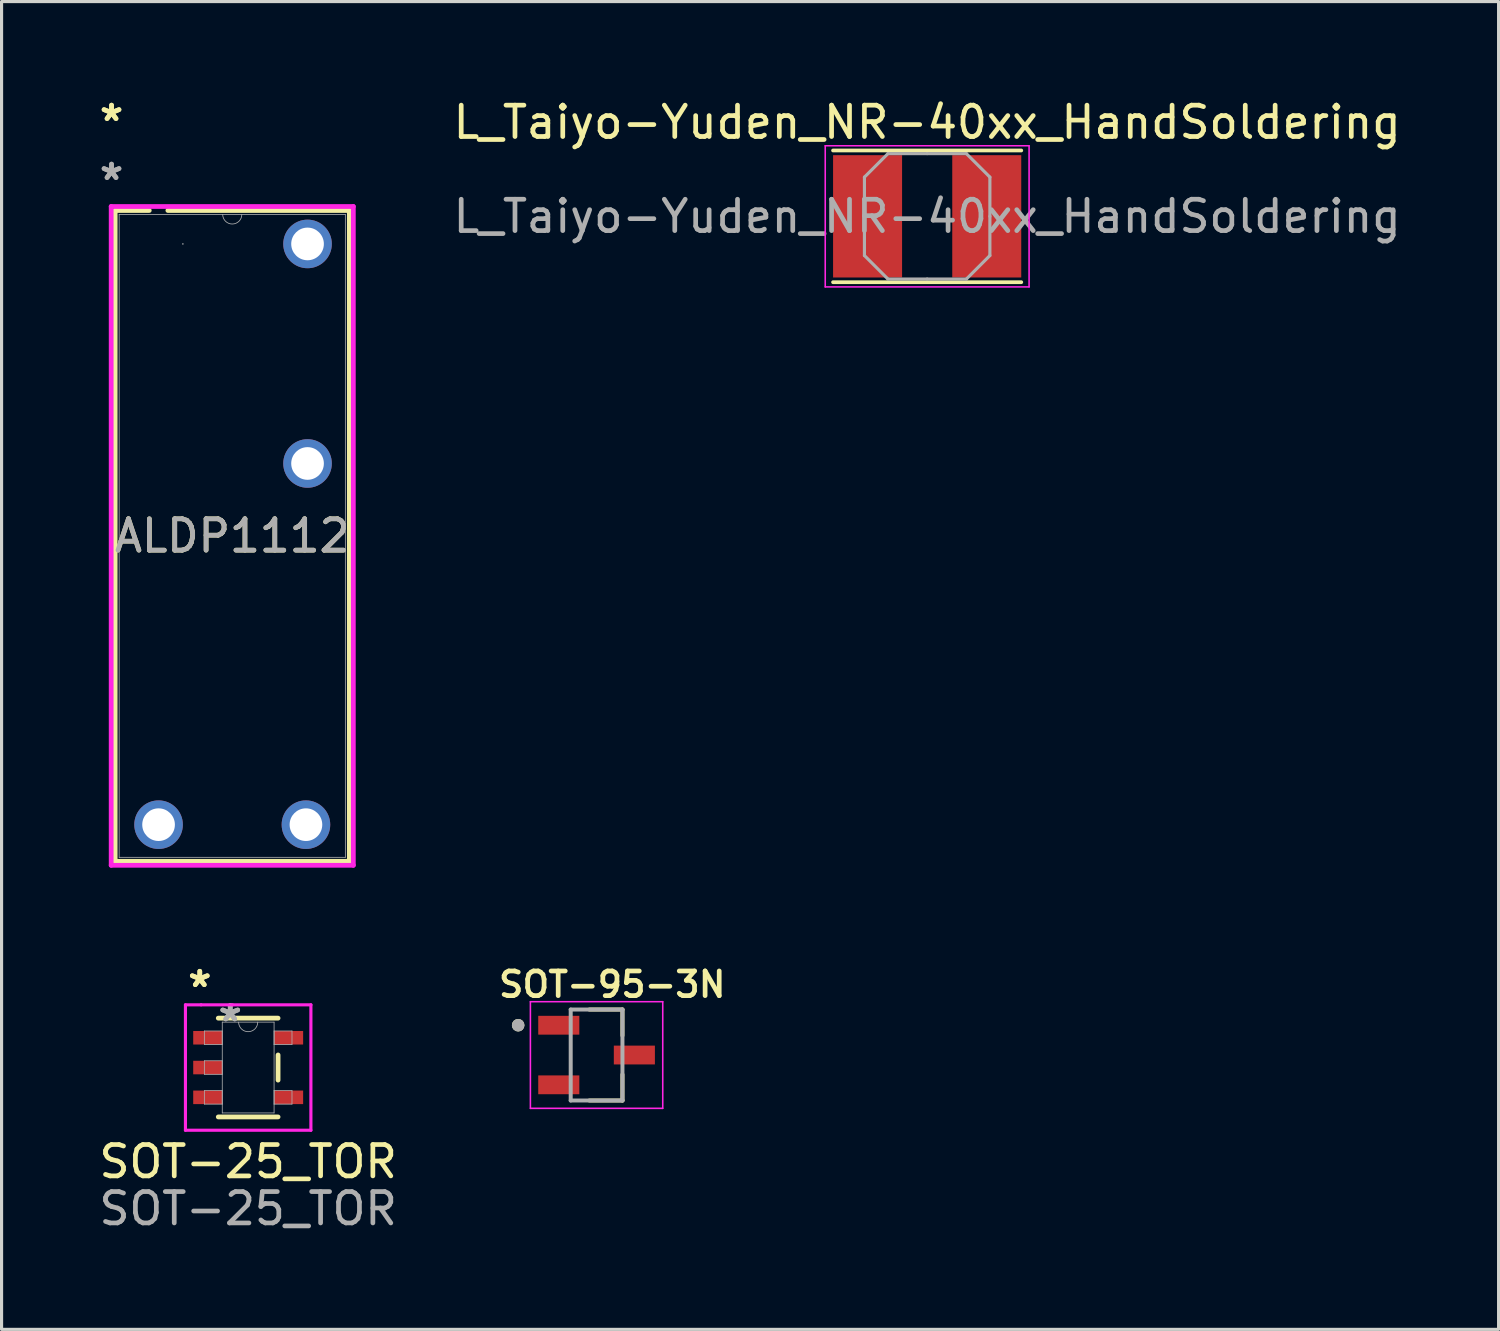
<source format=kicad_pcb>
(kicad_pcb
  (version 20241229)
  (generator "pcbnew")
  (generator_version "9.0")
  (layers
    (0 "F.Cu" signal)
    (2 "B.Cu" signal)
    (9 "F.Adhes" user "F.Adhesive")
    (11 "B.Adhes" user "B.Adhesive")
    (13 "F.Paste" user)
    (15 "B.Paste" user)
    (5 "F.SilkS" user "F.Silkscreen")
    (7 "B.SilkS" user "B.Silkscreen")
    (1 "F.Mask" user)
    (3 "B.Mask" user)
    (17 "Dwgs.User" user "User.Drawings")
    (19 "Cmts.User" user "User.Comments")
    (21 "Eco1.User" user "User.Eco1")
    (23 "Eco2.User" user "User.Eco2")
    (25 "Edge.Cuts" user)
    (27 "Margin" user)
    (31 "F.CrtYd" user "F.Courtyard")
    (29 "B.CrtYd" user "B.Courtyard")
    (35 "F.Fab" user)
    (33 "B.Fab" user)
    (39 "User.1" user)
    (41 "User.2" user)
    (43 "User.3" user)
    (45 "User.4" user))
  (footprint "SOT-95-3N"
    (layer "F.Cu")
    (at 15.972 30.59)
    (property "Reference" "SOT-95-3N" (at 0.5 -2.25 0) (layer "F.SilkS") (effects (font (size 0.787 0.787) (thickness 0.15))))
    (attr smd)
    (fp_line (start -0.23 -1.45) (end 0.825 -1.45) (stroke (width 0.127) (type solid)) (layer "F.SilkS"))
    (fp_line (start 0.825 -1.45) (end 0.825 -0.62) (stroke (width 0.127) (type solid)) (layer "F.SilkS"))
    (fp_line (start 0.825 1.45) (end -0.23 1.45) (stroke (width 0.127) (type solid)) (layer "F.SilkS"))
    (fp_line (start 0.825 1.45) (end 0.825 0.62) (stroke (width 0.127) (type solid)) (layer "F.SilkS"))
    (fp_circle (center -2.5 -0.95) (end -2.4 -0.95) (stroke (width 0.2) (type solid)) (fill no) (layer "F.SilkS"))
    (fp_line (start -2.11 -1.7) (end -2.11 1.7) (stroke (width 0.05) (type solid)) (layer "F.CrtYd"))
    (fp_line (start -2.11 1.7) (end 2.11 1.7) (stroke (width 0.05) (type solid)) (layer "F.CrtYd"))
    (fp_line (start 2.11 -1.7) (end -2.11 -1.7) (stroke (width 0.05) (type solid)) (layer "F.CrtYd"))
    (fp_line (start 2.11 1.7) (end 2.11 -1.7) (stroke (width 0.05) (type solid)) (layer "F.CrtYd"))
    (fp_line (start -0.825 -1.45) (end 0.825 -1.45) (stroke (width 0.127) (type solid)) (layer "F.Fab"))
    (fp_line (start -0.825 1.45) (end -0.825 -1.45) (stroke (width 0.127) (type solid)) (layer "F.Fab"))
    (fp_line (start 0.825 -1.45) (end 0.825 1.45) (stroke (width 0.127) (type solid)) (layer "F.Fab"))
    (fp_line (start 0.825 1.45) (end -0.825 1.45) (stroke (width 0.127) (type solid)) (layer "F.Fab"))
    (fp_circle (center -2.5 -0.95) (end -2.4 -0.95) (stroke (width 0.2) (type solid)) (fill no) (layer "F.Fab"))
    (pad "1" smd rect (at -1.205 -0.95) (size 1.31 0.6) (layers "F.Cu" "F.Mask" "F.Paste"))
    (pad "2" smd rect (at -1.205 0.95) (size 1.31 0.6) (layers "F.Cu" "F.Mask" "F.Paste"))
    (pad "3" smd rect (at 1.205 0) (size 1.31 0.6) (layers "F.Cu" "F.Mask" "F.Paste")))
  (footprint "SOT-25_TOR"
    (layer "F.Cu")
    (at 4.863 30.989)
    (property "Reference" "SOT-25_TOR" (at 0 3 0) (unlocked yes) (layer "F.SilkS") (effects (font (size 1 1) (thickness 0.15))))
    (attr smd)
    (fp_line (start -0.953 1.575) (end 0.953 1.575) (stroke (width 0.152) (type solid)) (layer "F.SilkS"))
    (fp_line (start 0.953 -1.575) (end -0.953 -1.575) (stroke (width 0.152) (type solid)) (layer "F.SilkS"))
    (fp_line (start 0.953 0.401) (end 0.953 -0.401) (stroke (width 0.152) (type solid)) (layer "F.SilkS"))
    (fp_line (start -2 -2) (end -1.5 -2) (stroke (width 0.1) (type default)) (layer "F.CrtYd"))
    (fp_line (start -2 2) (end -2 -2) (stroke (width 0.1) (type default)) (layer "F.CrtYd"))
    (fp_line (start -1.5 -2) (end -0.5 -2) (stroke (width 0.1) (type default)) (layer "F.CrtYd"))
    (fp_line (start -0.5 -2) (end 2 -2) (stroke (width 0.1) (type default)) (layer "F.CrtYd"))
    (fp_line (start 2 -2) (end 2 2) (stroke (width 0.1) (type default)) (layer "F.CrtYd"))
    (fp_line (start 2 2) (end -2 2) (stroke (width 0.1) (type default)) (layer "F.CrtYd"))
    (fp_line (start -1.397 -1.166) (end -1.397 -0.734) (stroke (width 0.025) (type solid)) (layer "F.Fab"))
    (fp_line (start -1.397 -0.734) (end -0.826 -0.734) (stroke (width 0.025) (type solid)) (layer "F.Fab"))
    (fp_line (start -1.397 -0.216) (end -1.397 0.216) (stroke (width 0.025) (type solid)) (layer "F.Fab"))
    (fp_line (start -1.397 0.216) (end -0.826 0.216) (stroke (width 0.025) (type solid)) (layer "F.Fab"))
    (fp_line (start -1.397 0.734) (end -1.397 1.166) (stroke (width 0.025) (type solid)) (layer "F.Fab"))
    (fp_line (start -1.397 1.166) (end -0.826 1.166) (stroke (width 0.025) (type solid)) (layer "F.Fab"))
    (fp_line (start -0.826 -1.448) (end -0.826 1.448) (stroke (width 0.025) (type solid)) (layer "F.Fab"))
    (fp_line (start -0.826 -1.166) (end -1.397 -1.166) (stroke (width 0.025) (type solid)) (layer "F.Fab"))
    (fp_line (start -0.826 -0.734) (end -0.826 -1.166) (stroke (width 0.025) (type solid)) (layer "F.Fab"))
    (fp_line (start -0.826 -0.216) (end -1.397 -0.216) (stroke (width 0.025) (type solid)) (layer "F.Fab"))
    (fp_line (start -0.826 0.216) (end -0.826 -0.216) (stroke (width 0.025) (type solid)) (layer "F.Fab"))
    (fp_line (start -0.826 0.734) (end -1.397 0.734) (stroke (width 0.025) (type solid)) (layer "F.Fab"))
    (fp_line (start -0.826 1.166) (end -0.826 0.734) (stroke (width 0.025) (type solid)) (layer "F.Fab"))
    (fp_line (start -0.826 1.448) (end 0.826 1.448) (stroke (width 0.025) (type solid)) (layer "F.Fab"))
    (fp_line (start 0.826 -1.448) (end -0.826 -1.448) (stroke (width 0.025) (type solid)) (layer "F.Fab"))
    (fp_line (start 0.826 -1.166) (end 0.826 -0.734) (stroke (width 0.025) (type solid)) (layer "F.Fab"))
    (fp_line (start 0.826 -0.734) (end 1.397 -0.734) (stroke (width 0.025) (type solid)) (layer "F.Fab"))
    (fp_line (start 0.826 0.734) (end 0.826 1.166) (stroke (width 0.025) (type solid)) (layer "F.Fab"))
    (fp_line (start 0.826 1.166) (end 1.397 1.166) (stroke (width 0.025) (type solid)) (layer "F.Fab"))
    (fp_line (start 0.826 1.448) (end 0.826 -1.448) (stroke (width 0.025) (type solid)) (layer "F.Fab"))
    (fp_line (start 1.397 -1.166) (end 0.826 -1.166) (stroke (width 0.025) (type solid)) (layer "F.Fab"))
    (fp_line (start 1.397 -0.734) (end 1.397 -1.166) (stroke (width 0.025) (type solid)) (layer "F.Fab"))
    (fp_line (start 1.397 0.734) (end 0.826 0.734) (stroke (width 0.025) (type solid)) (layer "F.Fab"))
    (fp_line (start 1.397 1.166) (end 1.397 0.734) (stroke (width 0.025) (type solid)) (layer "F.Fab"))
    (fp_arc (start 0.3048 -1.4478) (mid 0 -1.143) (end -0.3048 -1.4478) (stroke (width 0.0254) (type solid)) (layer "F.Fab"))
    (fp_text user "*" (at -1.543 -2.525 0) (layer "F.SilkS") (effects (font (size 1 1) (thickness 0.15))))
    (fp_text user "*" (at -1.543 -2.525 0) (unlocked yes) (layer "F.SilkS") (effects (font (size 1 1) (thickness 0.15))))
    (fp_text user "*" (at -0.572 -1.433 0) (unlocked yes) (layer "F.Fab") (effects (font (size 1 1) (thickness 0.15))))
    (fp_text user "${REFERENCE}" (at 0 4.5 0) (unlocked yes) (layer "F.Fab") (effects (font (size 1 1) (thickness 0.15))))
    (fp_text user "*" (at -0.572 -1.433 0) (layer "F.Fab") (effects (font (size 1 1) (thickness 0.15))))
    (pad "1" smd rect (at -1.289 -0.95) (size 0.927 0.432) (layers "F.Cu" "F.Mask" "F.Paste"))
    (pad "2" smd rect (at -1.289 0) (size 0.927 0.432) (layers "F.Cu" "F.Mask" "F.Paste"))
    (pad "3" smd rect (at -1.289 0.95) (size 0.927 0.432) (layers "F.Cu" "F.Mask" "F.Paste"))
    (pad "4" smd rect (at 1.289 0.95) (size 0.927 0.432) (layers "F.Cu" "F.Mask" "F.Paste"))
    (pad "5" smd rect (at 1.289 -0.95) (size 0.927 0.432) (layers "F.Cu" "F.Mask" "F.Paste")))
  (footprint "ALDP1112"
    (layer "F.Cu")
    (at 2.006 4.728)
    (property "Reference" "ALDP1112" (at 2.349 9.309 0) (unlocked yes) (layer "F.SilkS") (effects (font (size 1 1) (thickness 0.15))))
    (attr through_hole)
    (fp_line (start -1.384 -1.067) (end -1.384 19.685) (stroke (width 0.152) (type solid)) (layer "F.SilkS"))
    (fp_line (start -1.384 19.685) (end 6.083 19.685) (stroke (width 0.152) (type solid)) (layer "F.SilkS"))
    (fp_line (start -0.297 -1.067) (end -1.384 -1.067) (stroke (width 0.152) (type solid)) (layer "F.SilkS"))
    (fp_line (start 6.083 -1.067) (end 0.297 -1.067) (stroke (width 0.152) (type solid)) (layer "F.SilkS"))
    (fp_line (start 6.083 19.685) (end 6.083 -1.067) (stroke (width 0.152) (type solid)) (layer "F.SilkS"))
    (fp_line (start -1.511 -1.194) (end 6.21 -1.194) (stroke (width 0.152) (type solid)) (layer "F.CrtYd"))
    (fp_line (start -1.511 19.812) (end -1.511 -1.194) (stroke (width 0.152) (type solid)) (layer "F.CrtYd"))
    (fp_line (start 6.21 -1.194) (end 6.21 19.812) (stroke (width 0.152) (type solid)) (layer "F.CrtYd"))
    (fp_line (start 6.21 19.812) (end -1.511 19.812) (stroke (width 0.152) (type solid)) (layer "F.CrtYd"))
    (fp_line (start -1.257 -0.94) (end -1.257 19.558) (stroke (width 0.025) (type solid)) (layer "F.Fab"))
    (fp_line (start -1.257 19.558) (end 5.956 19.558) (stroke (width 0.025) (type solid)) (layer "F.Fab"))
    (fp_line (start 5.956 -0.94) (end -1.257 -0.94) (stroke (width 0.025) (type solid)) (layer "F.Fab"))
    (fp_line (start 5.956 19.558) (end 5.956 -0.94) (stroke (width 0.025) (type solid)) (layer "F.Fab"))
    (fp_arc (start 2.6543 -0.9398) (mid 2.3495 -0.635) (end 2.0447 -0.9398) (stroke (width 0.0254) (type solid)) (layer "F.Fab"))
    (fp_circle (center 0.775 0) (end 0.775 0) (stroke (width 0.025) (type solid)) (fill no) (layer "F.Fab"))
    (fp_text user "*" (at -1.5 -3.88 0) (layer "F.SilkS") (effects (font (size 1 1) (thickness 0.15))))
    (fp_text user "*" (at -1.5 -3.88 0) (unlocked yes) (layer "F.SilkS") (effects (font (size 1 1) (thickness 0.15))))
    (fp_text user "*" (at -1.5 -2 0) (layer "F.Fab") (effects (font (size 1 1) (thickness 0.15))))
    (fp_text user "${REFERENCE}" (at 2.349 9.309 0) (unlocked yes) (layer "F.Fab") (effects (font (size 1 1) (thickness 0.15))))
    (fp_text user "*" (at -1.5 -2 0) (unlocked yes) (layer "F.Fab") (effects (font (size 1 1) (thickness 0.15))))
    (pad "1" thru_hole circle (at 4.75 0) (size 1.549 1.549) (drill 1.041) (layers "*.Cu" "*.Mask"))
    (pad "2" thru_hole circle (at 4.75 7) (size 1.549 1.549) (drill 1.041) (layers "*.Cu" "*.Mask"))
    (pad "3" thru_hole circle (at 0 18.517) (size 1.549 1.549) (drill 1.041) (layers "*.Cu" "*.Mask"))
    (pad "4" thru_hole circle (at 4.699 18.517) (size 1.549 1.549) (drill 1.041) (layers "*.Cu" "*.Mask")))
  (footprint "L_Taiyo-Yuden_NR-40xx_HandSoldering"
    (layer "F.Cu")
    (at 26.513 3.848)
    (property "Reference" "L_Taiyo-Yuden_NR-40xx_HandSoldering" (at 0 -3 0) (layer "F.SilkS") (effects (font (size 1 1) (thickness 0.15))))
    (attr smd)
    (fp_line (start -3 -2.1) (end 3 -2.1) (stroke (width 0.12) (type solid)) (layer "F.SilkS"))
    (fp_line (start -3 2.1) (end 3 2.1) (stroke (width 0.12) (type solid)) (layer "F.SilkS"))
    (fp_line (start -3.25 -2.25) (end -3.25 2.25) (stroke (width 0.05) (type solid)) (layer "F.CrtYd"))
    (fp_line (start -3.25 2.25) (end 3.25 2.25) (stroke (width 0.05) (type solid)) (layer "F.CrtYd"))
    (fp_line (start 3.25 -2.25) (end -3.25 -2.25) (stroke (width 0.05) (type solid)) (layer "F.CrtYd"))
    (fp_line (start 3.25 2.25) (end 3.25 -2.25) (stroke (width 0.05) (type solid)) (layer "F.CrtYd"))
    (fp_line (start -2 -1.25) (end -1.25 -2) (stroke (width 0.1) (type solid)) (layer "F.Fab"))
    (fp_line (start -2 0) (end -2 -1.25) (stroke (width 0.1) (type solid)) (layer "F.Fab"))
    (fp_line (start -2 0) (end -2 1.25) (stroke (width 0.1) (type solid)) (layer "F.Fab"))
    (fp_line (start -2 1.25) (end -1.25 2) (stroke (width 0.1) (type solid)) (layer "F.Fab"))
    (fp_line (start -1.25 -2) (end 0 -2) (stroke (width 0.1) (type solid)) (layer "F.Fab"))
    (fp_line (start -1.25 2) (end 0 2) (stroke (width 0.1) (type solid)) (layer "F.Fab"))
    (fp_line (start 1.25 -2) (end 0 -2) (stroke (width 0.1) (type solid)) (layer "F.Fab"))
    (fp_line (start 1.25 2) (end 0 2) (stroke (width 0.1) (type solid)) (layer "F.Fab"))
    (fp_line (start 2 -1.25) (end 1.25 -2) (stroke (width 0.1) (type solid)) (layer "F.Fab"))
    (fp_line (start 2 0) (end 2 -1.25) (stroke (width 0.1) (type solid)) (layer "F.Fab"))
    (fp_line (start 2 0) (end 2 1.25) (stroke (width 0.1) (type solid)) (layer "F.Fab"))
    (fp_line (start 2 1.25) (end 1.25 2) (stroke (width 0.1) (type solid)) (layer "F.Fab"))
    (fp_text user "${REFERENCE}" (at 0 0 0) (layer "F.Fab") (effects (font (size 1 1) (thickness 0.15))))
    (pad "1" smd rect (at -1.9 0) (size 2.2 3.9) (layers "F.Cu" "F.Mask" "F.Paste"))
    (pad "2" smd rect (at 1.9 0) (size 2.2 3.9) (layers "F.Cu" "F.Mask" "F.Paste")))
  (gr_rect
    (start -3 -3)
    (end 44.733 39.337)
    (stroke (width 0.1) (type default))
    (fill no)
    (layer "Edge.Cuts")))
</source>
